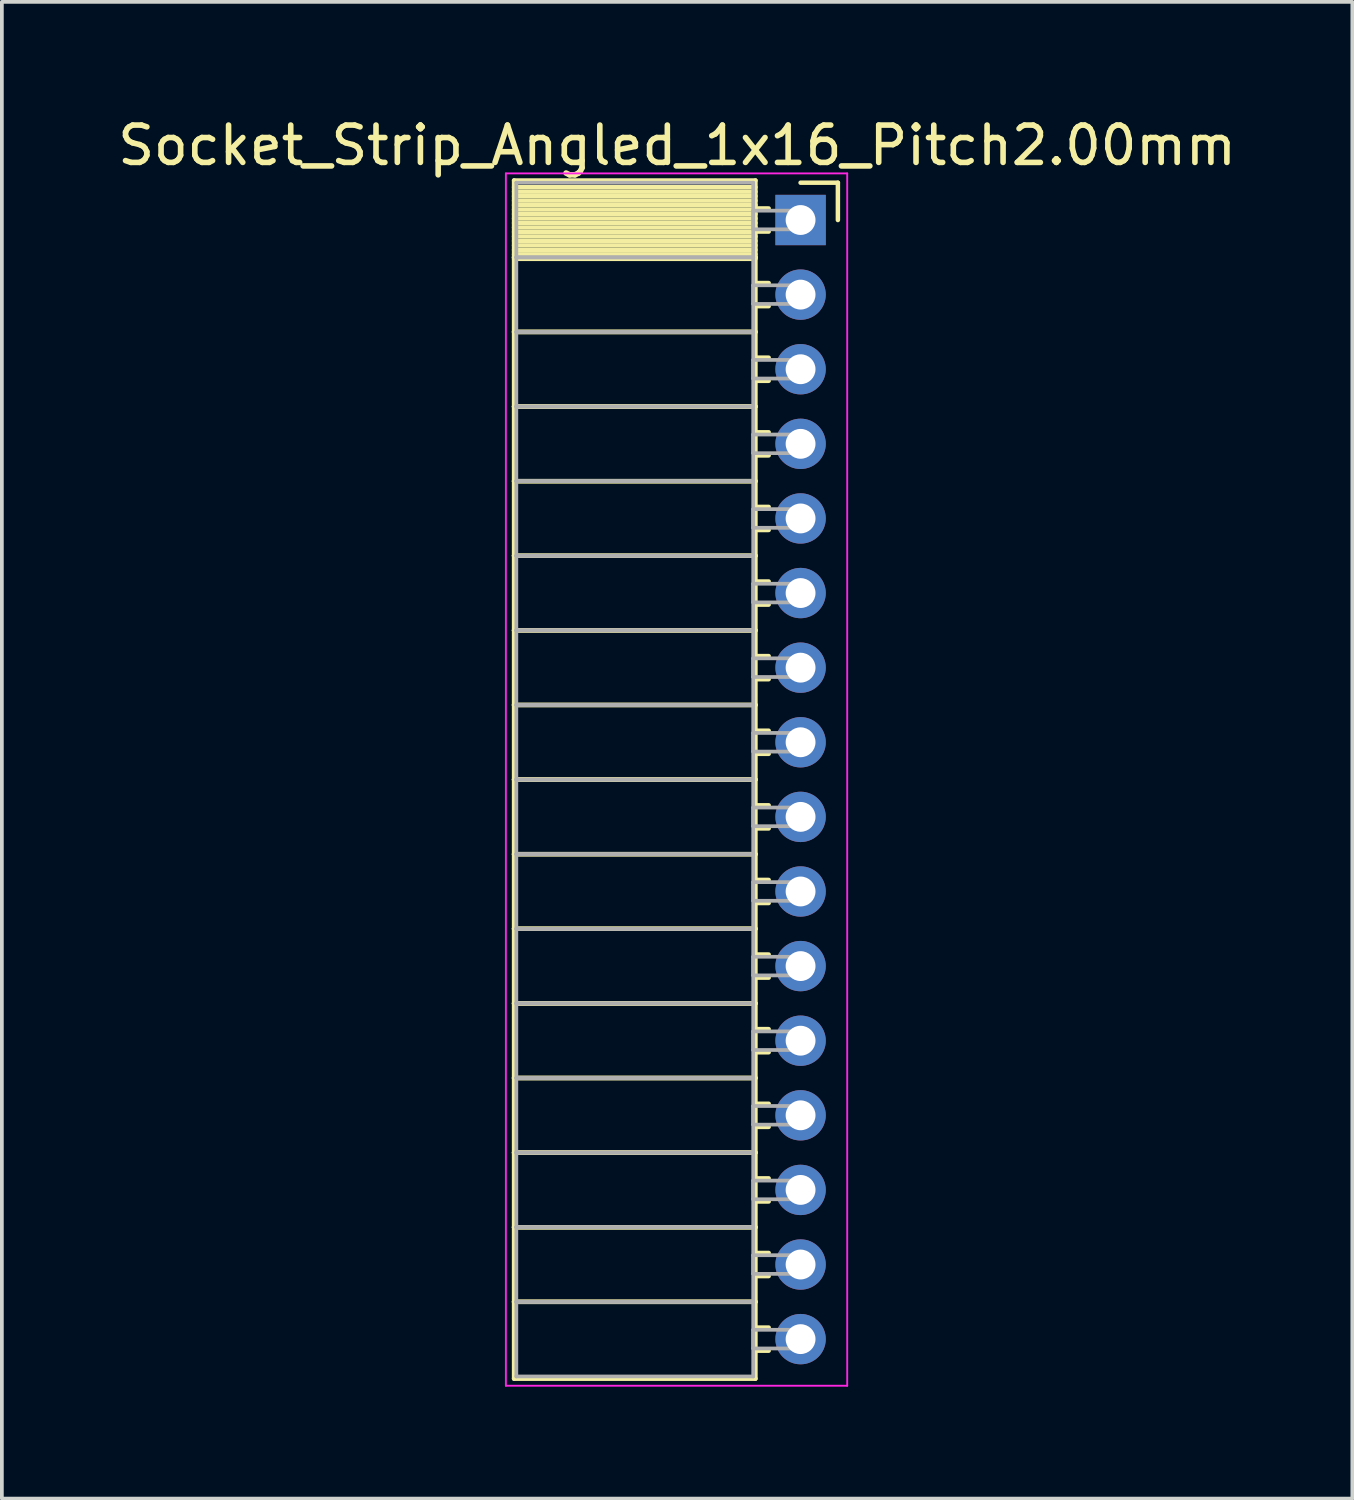
<source format=kicad_pcb>
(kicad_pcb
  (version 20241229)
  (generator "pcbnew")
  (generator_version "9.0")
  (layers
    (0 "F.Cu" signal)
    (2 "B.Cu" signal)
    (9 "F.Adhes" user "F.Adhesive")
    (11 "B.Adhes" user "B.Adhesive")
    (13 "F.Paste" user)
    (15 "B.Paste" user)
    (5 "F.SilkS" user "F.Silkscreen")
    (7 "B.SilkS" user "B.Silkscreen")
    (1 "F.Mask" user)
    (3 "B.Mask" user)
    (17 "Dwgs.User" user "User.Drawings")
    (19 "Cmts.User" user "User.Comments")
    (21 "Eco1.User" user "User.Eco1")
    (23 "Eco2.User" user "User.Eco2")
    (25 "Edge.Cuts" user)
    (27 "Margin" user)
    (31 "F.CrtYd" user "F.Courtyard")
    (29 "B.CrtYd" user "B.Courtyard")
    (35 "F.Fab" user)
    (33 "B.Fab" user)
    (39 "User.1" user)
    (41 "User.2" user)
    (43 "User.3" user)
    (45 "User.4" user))
  (footprint "Socket_Strip_Angled_1x16_Pitch2.00mm"
    (layer "F.Cu")
    (at 18.411 2.848)
    (property "Reference" "Socket_Strip_Angled_1x16_Pitch2.00mm" (at -3.31 -2 0) (layer "F.SilkS") (effects (font (size 1 1) (thickness 0.15))))
    (attr through_hole)
    (fp_line (start -7.68 -1.06) (end -1.21 -1.06) (stroke (width 0.12) (type solid)) (layer "F.SilkS"))
    (fp_line (start -7.68 1) (end -7.68 -1.06) (stroke (width 0.12) (type solid)) (layer "F.SilkS"))
    (fp_line (start -7.68 1) (end -1.21 1) (stroke (width 0.12) (type solid)) (layer "F.SilkS"))
    (fp_line (start -7.68 3) (end -7.68 1) (stroke (width 0.12) (type solid)) (layer "F.SilkS"))
    (fp_line (start -7.68 3) (end -1.21 3) (stroke (width 0.12) (type solid)) (layer "F.SilkS"))
    (fp_line (start -7.68 5) (end -7.68 3) (stroke (width 0.12) (type solid)) (layer "F.SilkS"))
    (fp_line (start -7.68 5) (end -1.21 5) (stroke (width 0.12) (type solid)) (layer "F.SilkS"))
    (fp_line (start -7.68 7) (end -7.68 5) (stroke (width 0.12) (type solid)) (layer "F.SilkS"))
    (fp_line (start -7.68 7) (end -1.21 7) (stroke (width 0.12) (type solid)) (layer "F.SilkS"))
    (fp_line (start -7.68 9) (end -7.68 7) (stroke (width 0.12) (type solid)) (layer "F.SilkS"))
    (fp_line (start -7.68 9) (end -1.21 9) (stroke (width 0.12) (type solid)) (layer "F.SilkS"))
    (fp_line (start -7.68 11) (end -7.68 9) (stroke (width 0.12) (type solid)) (layer "F.SilkS"))
    (fp_line (start -7.68 11) (end -1.21 11) (stroke (width 0.12) (type solid)) (layer "F.SilkS"))
    (fp_line (start -7.68 13) (end -7.68 11) (stroke (width 0.12) (type solid)) (layer "F.SilkS"))
    (fp_line (start -7.68 13) (end -1.21 13) (stroke (width 0.12) (type solid)) (layer "F.SilkS"))
    (fp_line (start -7.68 15) (end -7.68 13) (stroke (width 0.12) (type solid)) (layer "F.SilkS"))
    (fp_line (start -7.68 15) (end -1.21 15) (stroke (width 0.12) (type solid)) (layer "F.SilkS"))
    (fp_line (start -7.68 17) (end -7.68 15) (stroke (width 0.12) (type solid)) (layer "F.SilkS"))
    (fp_line (start -7.68 17) (end -1.21 17) (stroke (width 0.12) (type solid)) (layer "F.SilkS"))
    (fp_line (start -7.68 19) (end -7.68 17) (stroke (width 0.12) (type solid)) (layer "F.SilkS"))
    (fp_line (start -7.68 19) (end -1.21 19) (stroke (width 0.12) (type solid)) (layer "F.SilkS"))
    (fp_line (start -7.68 21) (end -7.68 19) (stroke (width 0.12) (type solid)) (layer "F.SilkS"))
    (fp_line (start -7.68 21) (end -1.21 21) (stroke (width 0.12) (type solid)) (layer "F.SilkS"))
    (fp_line (start -7.68 23) (end -7.68 21) (stroke (width 0.12) (type solid)) (layer "F.SilkS"))
    (fp_line (start -7.68 23) (end -1.21 23) (stroke (width 0.12) (type solid)) (layer "F.SilkS"))
    (fp_line (start -7.68 25) (end -7.68 23) (stroke (width 0.12) (type solid)) (layer "F.SilkS"))
    (fp_line (start -7.68 25) (end -1.21 25) (stroke (width 0.12) (type solid)) (layer "F.SilkS"))
    (fp_line (start -7.68 27) (end -7.68 25) (stroke (width 0.12) (type solid)) (layer "F.SilkS"))
    (fp_line (start -7.68 27) (end -1.21 27) (stroke (width 0.12) (type solid)) (layer "F.SilkS"))
    (fp_line (start -7.68 29) (end -7.68 27) (stroke (width 0.12) (type solid)) (layer "F.SilkS"))
    (fp_line (start -7.68 29) (end -1.21 29) (stroke (width 0.12) (type solid)) (layer "F.SilkS"))
    (fp_line (start -7.68 31.06) (end -7.68 29) (stroke (width 0.12) (type solid)) (layer "F.SilkS"))
    (fp_line (start -1.21 -1.06) (end -1.21 1) (stroke (width 0.12) (type solid)) (layer "F.SilkS"))
    (fp_line (start -1.21 -0.88) (end -7.68 -0.88) (stroke (width 0.12) (type solid)) (layer "F.SilkS"))
    (fp_line (start -1.21 -0.76) (end -7.68 -0.76) (stroke (width 0.12) (type solid)) (layer "F.SilkS"))
    (fp_line (start -1.21 -0.64) (end -7.68 -0.64) (stroke (width 0.12) (type solid)) (layer "F.SilkS"))
    (fp_line (start -1.21 -0.52) (end -7.68 -0.52) (stroke (width 0.12) (type solid)) (layer "F.SilkS"))
    (fp_line (start -1.21 -0.4) (end -7.68 -0.4) (stroke (width 0.12) (type solid)) (layer "F.SilkS"))
    (fp_line (start -1.21 -0.28) (end -7.68 -0.28) (stroke (width 0.12) (type solid)) (layer "F.SilkS"))
    (fp_line (start -1.21 -0.16) (end -7.68 -0.16) (stroke (width 0.12) (type solid)) (layer "F.SilkS"))
    (fp_line (start -1.21 -0.04) (end -7.68 -0.04) (stroke (width 0.12) (type solid)) (layer "F.SilkS"))
    (fp_line (start -1.21 0.08) (end -7.68 0.08) (stroke (width 0.12) (type solid)) (layer "F.SilkS"))
    (fp_line (start -1.21 0.2) (end -7.68 0.2) (stroke (width 0.12) (type solid)) (layer "F.SilkS"))
    (fp_line (start -1.21 0.32) (end -7.68 0.32) (stroke (width 0.12) (type solid)) (layer "F.SilkS"))
    (fp_line (start -1.21 0.44) (end -7.68 0.44) (stroke (width 0.12) (type solid)) (layer "F.SilkS"))
    (fp_line (start -1.21 0.56) (end -7.68 0.56) (stroke (width 0.12) (type solid)) (layer "F.SilkS"))
    (fp_line (start -1.21 0.68) (end -7.68 0.68) (stroke (width 0.12) (type solid)) (layer "F.SilkS"))
    (fp_line (start -1.21 0.8) (end -7.68 0.8) (stroke (width 0.12) (type solid)) (layer "F.SilkS"))
    (fp_line (start -1.21 0.92) (end -7.68 0.92) (stroke (width 0.12) (type solid)) (layer "F.SilkS"))
    (fp_line (start -1.21 1) (end -7.68 1) (stroke (width 0.12) (type solid)) (layer "F.SilkS"))
    (fp_line (start -1.21 1) (end -1.21 3) (stroke (width 0.12) (type solid)) (layer "F.SilkS"))
    (fp_line (start -1.21 1.04) (end -7.68 1.04) (stroke (width 0.12) (type solid)) (layer "F.SilkS"))
    (fp_line (start -1.21 3) (end -7.68 3) (stroke (width 0.12) (type solid)) (layer "F.SilkS"))
    (fp_line (start -1.21 3) (end -1.21 5) (stroke (width 0.12) (type solid)) (layer "F.SilkS"))
    (fp_line (start -1.21 5) (end -7.68 5) (stroke (width 0.12) (type solid)) (layer "F.SilkS"))
    (fp_line (start -1.21 5) (end -1.21 7) (stroke (width 0.12) (type solid)) (layer "F.SilkS"))
    (fp_line (start -1.21 7) (end -7.68 7) (stroke (width 0.12) (type solid)) (layer "F.SilkS"))
    (fp_line (start -1.21 7) (end -1.21 9) (stroke (width 0.12) (type solid)) (layer "F.SilkS"))
    (fp_line (start -1.21 9) (end -7.68 9) (stroke (width 0.12) (type solid)) (layer "F.SilkS"))
    (fp_line (start -1.21 9) (end -1.21 11) (stroke (width 0.12) (type solid)) (layer "F.SilkS"))
    (fp_line (start -1.21 11) (end -7.68 11) (stroke (width 0.12) (type solid)) (layer "F.SilkS"))
    (fp_line (start -1.21 11) (end -1.21 13) (stroke (width 0.12) (type solid)) (layer "F.SilkS"))
    (fp_line (start -1.21 13) (end -7.68 13) (stroke (width 0.12) (type solid)) (layer "F.SilkS"))
    (fp_line (start -1.21 13) (end -1.21 15) (stroke (width 0.12) (type solid)) (layer "F.SilkS"))
    (fp_line (start -1.21 15) (end -7.68 15) (stroke (width 0.12) (type solid)) (layer "F.SilkS"))
    (fp_line (start -1.21 15) (end -1.21 17) (stroke (width 0.12) (type solid)) (layer "F.SilkS"))
    (fp_line (start -1.21 17) (end -7.68 17) (stroke (width 0.12) (type solid)) (layer "F.SilkS"))
    (fp_line (start -1.21 17) (end -1.21 19) (stroke (width 0.12) (type solid)) (layer "F.SilkS"))
    (fp_line (start -1.21 19) (end -7.68 19) (stroke (width 0.12) (type solid)) (layer "F.SilkS"))
    (fp_line (start -1.21 19) (end -1.21 21) (stroke (width 0.12) (type solid)) (layer "F.SilkS"))
    (fp_line (start -1.21 21) (end -7.68 21) (stroke (width 0.12) (type solid)) (layer "F.SilkS"))
    (fp_line (start -1.21 21) (end -1.21 23) (stroke (width 0.12) (type solid)) (layer "F.SilkS"))
    (fp_line (start -1.21 23) (end -7.68 23) (stroke (width 0.12) (type solid)) (layer "F.SilkS"))
    (fp_line (start -1.21 23) (end -1.21 25) (stroke (width 0.12) (type solid)) (layer "F.SilkS"))
    (fp_line (start -1.21 25) (end -7.68 25) (stroke (width 0.12) (type solid)) (layer "F.SilkS"))
    (fp_line (start -1.21 25) (end -1.21 27) (stroke (width 0.12) (type solid)) (layer "F.SilkS"))
    (fp_line (start -1.21 27) (end -7.68 27) (stroke (width 0.12) (type solid)) (layer "F.SilkS"))
    (fp_line (start -1.21 27) (end -1.21 29) (stroke (width 0.12) (type solid)) (layer "F.SilkS"))
    (fp_line (start -1.21 29) (end -7.68 29) (stroke (width 0.12) (type solid)) (layer "F.SilkS"))
    (fp_line (start -1.21 29) (end -1.21 31.06) (stroke (width 0.12) (type solid)) (layer "F.SilkS"))
    (fp_line (start -1.21 31.06) (end -7.68 31.06) (stroke (width 0.12) (type solid)) (layer "F.SilkS"))
    (fp_line (start -0.855 -0.31) (end -1.21 -0.31) (stroke (width 0.12) (type solid)) (layer "F.SilkS"))
    (fp_line (start -0.855 0.31) (end -1.21 0.31) (stroke (width 0.12) (type solid)) (layer "F.SilkS"))
    (fp_line (start -0.855 1.69) (end -1.21 1.69) (stroke (width 0.12) (type solid)) (layer "F.SilkS"))
    (fp_line (start -0.855 2.31) (end -1.21 2.31) (stroke (width 0.12) (type solid)) (layer "F.SilkS"))
    (fp_line (start -0.855 3.69) (end -1.21 3.69) (stroke (width 0.12) (type solid)) (layer "F.SilkS"))
    (fp_line (start -0.855 4.31) (end -1.21 4.31) (stroke (width 0.12) (type solid)) (layer "F.SilkS"))
    (fp_line (start -0.855 5.69) (end -1.21 5.69) (stroke (width 0.12) (type solid)) (layer "F.SilkS"))
    (fp_line (start -0.855 6.31) (end -1.21 6.31) (stroke (width 0.12) (type solid)) (layer "F.SilkS"))
    (fp_line (start -0.855 7.69) (end -1.21 7.69) (stroke (width 0.12) (type solid)) (layer "F.SilkS"))
    (fp_line (start -0.855 8.31) (end -1.21 8.31) (stroke (width 0.12) (type solid)) (layer "F.SilkS"))
    (fp_line (start -0.855 9.69) (end -1.21 9.69) (stroke (width 0.12) (type solid)) (layer "F.SilkS"))
    (fp_line (start -0.855 10.31) (end -1.21 10.31) (stroke (width 0.12) (type solid)) (layer "F.SilkS"))
    (fp_line (start -0.855 11.69) (end -1.21 11.69) (stroke (width 0.12) (type solid)) (layer "F.SilkS"))
    (fp_line (start -0.855 12.31) (end -1.21 12.31) (stroke (width 0.12) (type solid)) (layer "F.SilkS"))
    (fp_line (start -0.855 13.69) (end -1.21 13.69) (stroke (width 0.12) (type solid)) (layer "F.SilkS"))
    (fp_line (start -0.855 14.31) (end -1.21 14.31) (stroke (width 0.12) (type solid)) (layer "F.SilkS"))
    (fp_line (start -0.855 15.69) (end -1.21 15.69) (stroke (width 0.12) (type solid)) (layer "F.SilkS"))
    (fp_line (start -0.855 16.31) (end -1.21 16.31) (stroke (width 0.12) (type solid)) (layer "F.SilkS"))
    (fp_line (start -0.855 17.69) (end -1.21 17.69) (stroke (width 0.12) (type solid)) (layer "F.SilkS"))
    (fp_line (start -0.855 18.31) (end -1.21 18.31) (stroke (width 0.12) (type solid)) (layer "F.SilkS"))
    (fp_line (start -0.855 19.69) (end -1.21 19.69) (stroke (width 0.12) (type solid)) (layer "F.SilkS"))
    (fp_line (start -0.855 20.31) (end -1.21 20.31) (stroke (width 0.12) (type solid)) (layer "F.SilkS"))
    (fp_line (start -0.855 21.69) (end -1.21 21.69) (stroke (width 0.12) (type solid)) (layer "F.SilkS"))
    (fp_line (start -0.855 22.31) (end -1.21 22.31) (stroke (width 0.12) (type solid)) (layer "F.SilkS"))
    (fp_line (start -0.855 23.69) (end -1.21 23.69) (stroke (width 0.12) (type solid)) (layer "F.SilkS"))
    (fp_line (start -0.855 24.31) (end -1.21 24.31) (stroke (width 0.12) (type solid)) (layer "F.SilkS"))
    (fp_line (start -0.855 25.69) (end -1.21 25.69) (stroke (width 0.12) (type solid)) (layer "F.SilkS"))
    (fp_line (start -0.855 26.31) (end -1.21 26.31) (stroke (width 0.12) (type solid)) (layer "F.SilkS"))
    (fp_line (start -0.855 27.69) (end -1.21 27.69) (stroke (width 0.12) (type solid)) (layer "F.SilkS"))
    (fp_line (start -0.855 28.31) (end -1.21 28.31) (stroke (width 0.12) (type solid)) (layer "F.SilkS"))
    (fp_line (start -0.855 29.69) (end -1.21 29.69) (stroke (width 0.12) (type solid)) (layer "F.SilkS"))
    (fp_line (start -0.855 30.31) (end -1.21 30.31) (stroke (width 0.12) (type solid)) (layer "F.SilkS"))
    (fp_line (start 0 -1) (end 1 -1) (stroke (width 0.12) (type solid)) (layer "F.SilkS"))
    (fp_line (start 1 -1) (end 1 0) (stroke (width 0.12) (type solid)) (layer "F.SilkS"))
    (fp_line (start -7.9 -1.25) (end 1.25 -1.25) (stroke (width 0.05) (type solid)) (layer "F.CrtYd"))
    (fp_line (start -7.9 31.25) (end -7.9 -1.25) (stroke (width 0.05) (type solid)) (layer "F.CrtYd"))
    (fp_line (start 1.25 -1.25) (end 1.25 31.25) (stroke (width 0.05) (type solid)) (layer "F.CrtYd"))
    (fp_line (start 1.25 31.25) (end -7.9 31.25) (stroke (width 0.05) (type solid)) (layer "F.CrtYd"))
    (fp_line (start -7.62 -1) (end -1.27 -1) (stroke (width 0.1) (type solid)) (layer "F.Fab"))
    (fp_line (start -7.62 1) (end -7.62 -1) (stroke (width 0.1) (type solid)) (layer "F.Fab"))
    (fp_line (start -7.62 1) (end -1.27 1) (stroke (width 0.1) (type solid)) (layer "F.Fab"))
    (fp_line (start -7.62 3) (end -7.62 1) (stroke (width 0.1) (type solid)) (layer "F.Fab"))
    (fp_line (start -7.62 3) (end -1.27 3) (stroke (width 0.1) (type solid)) (layer "F.Fab"))
    (fp_line (start -7.62 5) (end -7.62 3) (stroke (width 0.1) (type solid)) (layer "F.Fab"))
    (fp_line (start -7.62 5) (end -1.27 5) (stroke (width 0.1) (type solid)) (layer "F.Fab"))
    (fp_line (start -7.62 7) (end -7.62 5) (stroke (width 0.1) (type solid)) (layer "F.Fab"))
    (fp_line (start -7.62 7) (end -1.27 7) (stroke (width 0.1) (type solid)) (layer "F.Fab"))
    (fp_line (start -7.62 9) (end -7.62 7) (stroke (width 0.1) (type solid)) (layer "F.Fab"))
    (fp_line (start -7.62 9) (end -1.27 9) (stroke (width 0.1) (type solid)) (layer "F.Fab"))
    (fp_line (start -7.62 11) (end -7.62 9) (stroke (width 0.1) (type solid)) (layer "F.Fab"))
    (fp_line (start -7.62 11) (end -1.27 11) (stroke (width 0.1) (type solid)) (layer "F.Fab"))
    (fp_line (start -7.62 13) (end -7.62 11) (stroke (width 0.1) (type solid)) (layer "F.Fab"))
    (fp_line (start -7.62 13) (end -1.27 13) (stroke (width 0.1) (type solid)) (layer "F.Fab"))
    (fp_line (start -7.62 15) (end -7.62 13) (stroke (width 0.1) (type solid)) (layer "F.Fab"))
    (fp_line (start -7.62 15) (end -1.27 15) (stroke (width 0.1) (type solid)) (layer "F.Fab"))
    (fp_line (start -7.62 17) (end -7.62 15) (stroke (width 0.1) (type solid)) (layer "F.Fab"))
    (fp_line (start -7.62 17) (end -1.27 17) (stroke (width 0.1) (type solid)) (layer "F.Fab"))
    (fp_line (start -7.62 19) (end -7.62 17) (stroke (width 0.1) (type solid)) (layer "F.Fab"))
    (fp_line (start -7.62 19) (end -1.27 19) (stroke (width 0.1) (type solid)) (layer "F.Fab"))
    (fp_line (start -7.62 21) (end -7.62 19) (stroke (width 0.1) (type solid)) (layer "F.Fab"))
    (fp_line (start -7.62 21) (end -1.27 21) (stroke (width 0.1) (type solid)) (layer "F.Fab"))
    (fp_line (start -7.62 23) (end -7.62 21) (stroke (width 0.1) (type solid)) (layer "F.Fab"))
    (fp_line (start -7.62 23) (end -1.27 23) (stroke (width 0.1) (type solid)) (layer "F.Fab"))
    (fp_line (start -7.62 25) (end -7.62 23) (stroke (width 0.1) (type solid)) (layer "F.Fab"))
    (fp_line (start -7.62 25) (end -1.27 25) (stroke (width 0.1) (type solid)) (layer "F.Fab"))
    (fp_line (start -7.62 27) (end -7.62 25) (stroke (width 0.1) (type solid)) (layer "F.Fab"))
    (fp_line (start -7.62 27) (end -1.27 27) (stroke (width 0.1) (type solid)) (layer "F.Fab"))
    (fp_line (start -7.62 29) (end -7.62 27) (stroke (width 0.1) (type solid)) (layer "F.Fab"))
    (fp_line (start -7.62 29) (end -1.27 29) (stroke (width 0.1) (type solid)) (layer "F.Fab"))
    (fp_line (start -7.62 31) (end -7.62 29) (stroke (width 0.1) (type solid)) (layer "F.Fab"))
    (fp_line (start -1.27 -1) (end -1.27 1) (stroke (width 0.1) (type solid)) (layer "F.Fab"))
    (fp_line (start -1.27 -0.25) (end 0 -0.25) (stroke (width 0.1) (type solid)) (layer "F.Fab"))
    (fp_line (start -1.27 0.25) (end -1.27 -0.25) (stroke (width 0.1) (type solid)) (layer "F.Fab"))
    (fp_line (start -1.27 1) (end -7.62 1) (stroke (width 0.1) (type solid)) (layer "F.Fab"))
    (fp_line (start -1.27 1) (end -1.27 3) (stroke (width 0.1) (type solid)) (layer "F.Fab"))
    (fp_line (start -1.27 1.75) (end 0 1.75) (stroke (width 0.1) (type solid)) (layer "F.Fab"))
    (fp_line (start -1.27 2.25) (end -1.27 1.75) (stroke (width 0.1) (type solid)) (layer "F.Fab"))
    (fp_line (start -1.27 3) (end -7.62 3) (stroke (width 0.1) (type solid)) (layer "F.Fab"))
    (fp_line (start -1.27 3) (end -1.27 5) (stroke (width 0.1) (type solid)) (layer "F.Fab"))
    (fp_line (start -1.27 3.75) (end 0 3.75) (stroke (width 0.1) (type solid)) (layer "F.Fab"))
    (fp_line (start -1.27 4.25) (end -1.27 3.75) (stroke (width 0.1) (type solid)) (layer "F.Fab"))
    (fp_line (start -1.27 5) (end -7.62 5) (stroke (width 0.1) (type solid)) (layer "F.Fab"))
    (fp_line (start -1.27 5) (end -1.27 7) (stroke (width 0.1) (type solid)) (layer "F.Fab"))
    (fp_line (start -1.27 5.75) (end 0 5.75) (stroke (width 0.1) (type solid)) (layer "F.Fab"))
    (fp_line (start -1.27 6.25) (end -1.27 5.75) (stroke (width 0.1) (type solid)) (layer "F.Fab"))
    (fp_line (start -1.27 7) (end -7.62 7) (stroke (width 0.1) (type solid)) (layer "F.Fab"))
    (fp_line (start -1.27 7) (end -1.27 9) (stroke (width 0.1) (type solid)) (layer "F.Fab"))
    (fp_line (start -1.27 7.75) (end 0 7.75) (stroke (width 0.1) (type solid)) (layer "F.Fab"))
    (fp_line (start -1.27 8.25) (end -1.27 7.75) (stroke (width 0.1) (type solid)) (layer "F.Fab"))
    (fp_line (start -1.27 9) (end -7.62 9) (stroke (width 0.1) (type solid)) (layer "F.Fab"))
    (fp_line (start -1.27 9) (end -1.27 11) (stroke (width 0.1) (type solid)) (layer "F.Fab"))
    (fp_line (start -1.27 9.75) (end 0 9.75) (stroke (width 0.1) (type solid)) (layer "F.Fab"))
    (fp_line (start -1.27 10.25) (end -1.27 9.75) (stroke (width 0.1) (type solid)) (layer "F.Fab"))
    (fp_line (start -1.27 11) (end -7.62 11) (stroke (width 0.1) (type solid)) (layer "F.Fab"))
    (fp_line (start -1.27 11) (end -1.27 13) (stroke (width 0.1) (type solid)) (layer "F.Fab"))
    (fp_line (start -1.27 11.75) (end 0 11.75) (stroke (width 0.1) (type solid)) (layer "F.Fab"))
    (fp_line (start -1.27 12.25) (end -1.27 11.75) (stroke (width 0.1) (type solid)) (layer "F.Fab"))
    (fp_line (start -1.27 13) (end -7.62 13) (stroke (width 0.1) (type solid)) (layer "F.Fab"))
    (fp_line (start -1.27 13) (end -1.27 15) (stroke (width 0.1) (type solid)) (layer "F.Fab"))
    (fp_line (start -1.27 13.75) (end 0 13.75) (stroke (width 0.1) (type solid)) (layer "F.Fab"))
    (fp_line (start -1.27 14.25) (end -1.27 13.75) (stroke (width 0.1) (type solid)) (layer "F.Fab"))
    (fp_line (start -1.27 15) (end -7.62 15) (stroke (width 0.1) (type solid)) (layer "F.Fab"))
    (fp_line (start -1.27 15) (end -1.27 17) (stroke (width 0.1) (type solid)) (layer "F.Fab"))
    (fp_line (start -1.27 15.75) (end 0 15.75) (stroke (width 0.1) (type solid)) (layer "F.Fab"))
    (fp_line (start -1.27 16.25) (end -1.27 15.75) (stroke (width 0.1) (type solid)) (layer "F.Fab"))
    (fp_line (start -1.27 17) (end -7.62 17) (stroke (width 0.1) (type solid)) (layer "F.Fab"))
    (fp_line (start -1.27 17) (end -1.27 19) (stroke (width 0.1) (type solid)) (layer "F.Fab"))
    (fp_line (start -1.27 17.75) (end 0 17.75) (stroke (width 0.1) (type solid)) (layer "F.Fab"))
    (fp_line (start -1.27 18.25) (end -1.27 17.75) (stroke (width 0.1) (type solid)) (layer "F.Fab"))
    (fp_line (start -1.27 19) (end -7.62 19) (stroke (width 0.1) (type solid)) (layer "F.Fab"))
    (fp_line (start -1.27 19) (end -1.27 21) (stroke (width 0.1) (type solid)) (layer "F.Fab"))
    (fp_line (start -1.27 19.75) (end 0 19.75) (stroke (width 0.1) (type solid)) (layer "F.Fab"))
    (fp_line (start -1.27 20.25) (end -1.27 19.75) (stroke (width 0.1) (type solid)) (layer "F.Fab"))
    (fp_line (start -1.27 21) (end -7.62 21) (stroke (width 0.1) (type solid)) (layer "F.Fab"))
    (fp_line (start -1.27 21) (end -1.27 23) (stroke (width 0.1) (type solid)) (layer "F.Fab"))
    (fp_line (start -1.27 21.75) (end 0 21.75) (stroke (width 0.1) (type solid)) (layer "F.Fab"))
    (fp_line (start -1.27 22.25) (end -1.27 21.75) (stroke (width 0.1) (type solid)) (layer "F.Fab"))
    (fp_line (start -1.27 23) (end -7.62 23) (stroke (width 0.1) (type solid)) (layer "F.Fab"))
    (fp_line (start -1.27 23) (end -1.27 25) (stroke (width 0.1) (type solid)) (layer "F.Fab"))
    (fp_line (start -1.27 23.75) (end 0 23.75) (stroke (width 0.1) (type solid)) (layer "F.Fab"))
    (fp_line (start -1.27 24.25) (end -1.27 23.75) (stroke (width 0.1) (type solid)) (layer "F.Fab"))
    (fp_line (start -1.27 25) (end -7.62 25) (stroke (width 0.1) (type solid)) (layer "F.Fab"))
    (fp_line (start -1.27 25) (end -1.27 27) (stroke (width 0.1) (type solid)) (layer "F.Fab"))
    (fp_line (start -1.27 25.75) (end 0 25.75) (stroke (width 0.1) (type solid)) (layer "F.Fab"))
    (fp_line (start -1.27 26.25) (end -1.27 25.75) (stroke (width 0.1) (type solid)) (layer "F.Fab"))
    (fp_line (start -1.27 27) (end -7.62 27) (stroke (width 0.1) (type solid)) (layer "F.Fab"))
    (fp_line (start -1.27 27) (end -1.27 29) (stroke (width 0.1) (type solid)) (layer "F.Fab"))
    (fp_line (start -1.27 27.75) (end 0 27.75) (stroke (width 0.1) (type solid)) (layer "F.Fab"))
    (fp_line (start -1.27 28.25) (end -1.27 27.75) (stroke (width 0.1) (type solid)) (layer "F.Fab"))
    (fp_line (start -1.27 29) (end -7.62 29) (stroke (width 0.1) (type solid)) (layer "F.Fab"))
    (fp_line (start -1.27 29) (end -1.27 31) (stroke (width 0.1) (type solid)) (layer "F.Fab"))
    (fp_line (start -1.27 29.75) (end 0 29.75) (stroke (width 0.1) (type solid)) (layer "F.Fab"))
    (fp_line (start -1.27 30.25) (end -1.27 29.75) (stroke (width 0.1) (type solid)) (layer "F.Fab"))
    (fp_line (start -1.27 31) (end -7.62 31) (stroke (width 0.1) (type solid)) (layer "F.Fab"))
    (fp_line (start 0 -0.25) (end 0 0.25) (stroke (width 0.1) (type solid)) (layer "F.Fab"))
    (fp_line (start 0 0.25) (end -1.27 0.25) (stroke (width 0.1) (type solid)) (layer "F.Fab"))
    (fp_line (start 0 1.75) (end 0 2.25) (stroke (width 0.1) (type solid)) (layer "F.Fab"))
    (fp_line (start 0 2.25) (end -1.27 2.25) (stroke (width 0.1) (type solid)) (layer "F.Fab"))
    (fp_line (start 0 3.75) (end 0 4.25) (stroke (width 0.1) (type solid)) (layer "F.Fab"))
    (fp_line (start 0 4.25) (end -1.27 4.25) (stroke (width 0.1) (type solid)) (layer "F.Fab"))
    (fp_line (start 0 5.75) (end 0 6.25) (stroke (width 0.1) (type solid)) (layer "F.Fab"))
    (fp_line (start 0 6.25) (end -1.27 6.25) (stroke (width 0.1) (type solid)) (layer "F.Fab"))
    (fp_line (start 0 7.75) (end 0 8.25) (stroke (width 0.1) (type solid)) (layer "F.Fab"))
    (fp_line (start 0 8.25) (end -1.27 8.25) (stroke (width 0.1) (type solid)) (layer "F.Fab"))
    (fp_line (start 0 9.75) (end 0 10.25) (stroke (width 0.1) (type solid)) (layer "F.Fab"))
    (fp_line (start 0 10.25) (end -1.27 10.25) (stroke (width 0.1) (type solid)) (layer "F.Fab"))
    (fp_line (start 0 11.75) (end 0 12.25) (stroke (width 0.1) (type solid)) (layer "F.Fab"))
    (fp_line (start 0 12.25) (end -1.27 12.25) (stroke (width 0.1) (type solid)) (layer "F.Fab"))
    (fp_line (start 0 13.75) (end 0 14.25) (stroke (width 0.1) (type solid)) (layer "F.Fab"))
    (fp_line (start 0 14.25) (end -1.27 14.25) (stroke (width 0.1) (type solid)) (layer "F.Fab"))
    (fp_line (start 0 15.75) (end 0 16.25) (stroke (width 0.1) (type solid)) (layer "F.Fab"))
    (fp_line (start 0 16.25) (end -1.27 16.25) (stroke (width 0.1) (type solid)) (layer "F.Fab"))
    (fp_line (start 0 17.75) (end 0 18.25) (stroke (width 0.1) (type solid)) (layer "F.Fab"))
    (fp_line (start 0 18.25) (end -1.27 18.25) (stroke (width 0.1) (type solid)) (layer "F.Fab"))
    (fp_line (start 0 19.75) (end 0 20.25) (stroke (width 0.1) (type solid)) (layer "F.Fab"))
    (fp_line (start 0 20.25) (end -1.27 20.25) (stroke (width 0.1) (type solid)) (layer "F.Fab"))
    (fp_line (start 0 21.75) (end 0 22.25) (stroke (width 0.1) (type solid)) (layer "F.Fab"))
    (fp_line (start 0 22.25) (end -1.27 22.25) (stroke (width 0.1) (type solid)) (layer "F.Fab"))
    (fp_line (start 0 23.75) (end 0 24.25) (stroke (width 0.1) (type solid)) (layer "F.Fab"))
    (fp_line (start 0 24.25) (end -1.27 24.25) (stroke (width 0.1) (type solid)) (layer "F.Fab"))
    (fp_line (start 0 25.75) (end 0 26.25) (stroke (width 0.1) (type solid)) (layer "F.Fab"))
    (fp_line (start 0 26.25) (end -1.27 26.25) (stroke (width 0.1) (type solid)) (layer "F.Fab"))
    (fp_line (start 0 27.75) (end 0 28.25) (stroke (width 0.1) (type solid)) (layer "F.Fab"))
    (fp_line (start 0 28.25) (end -1.27 28.25) (stroke (width 0.1) (type solid)) (layer "F.Fab"))
    (fp_line (start 0 29.75) (end 0 30.25) (stroke (width 0.1) (type solid)) (layer "F.Fab"))
    (fp_line (start 0 30.25) (end -1.27 30.25) (stroke (width 0.1) (type solid)) (layer "F.Fab"))
    (pad "1" thru_hole rect (at 0 0) (size 1.35 1.35) (drill 0.8) (layers "*.Cu" "*.Mask"))
    (pad "2" thru_hole oval (at 0 2) (size 1.35 1.35) (drill 0.8) (layers "*.Cu" "*.Mask"))
    (pad "3" thru_hole oval (at 0 4) (size 1.35 1.35) (drill 0.8) (layers "*.Cu" "*.Mask"))
    (pad "4" thru_hole oval (at 0 6) (size 1.35 1.35) (drill 0.8) (layers "*.Cu" "*.Mask"))
    (pad "5" thru_hole oval (at 0 8) (size 1.35 1.35) (drill 0.8) (layers "*.Cu" "*.Mask"))
    (pad "6" thru_hole oval (at 0 10) (size 1.35 1.35) (drill 0.8) (layers "*.Cu" "*.Mask"))
    (pad "7" thru_hole oval (at 0 12) (size 1.35 1.35) (drill 0.8) (layers "*.Cu" "*.Mask"))
    (pad "8" thru_hole oval (at 0 14) (size 1.35 1.35) (drill 0.8) (layers "*.Cu" "*.Mask"))
    (pad "9" thru_hole oval (at 0 16) (size 1.35 1.35) (drill 0.8) (layers "*.Cu" "*.Mask"))
    (pad "10" thru_hole oval (at 0 18) (size 1.35 1.35) (drill 0.8) (layers "*.Cu" "*.Mask"))
    (pad "11" thru_hole oval (at 0 20) (size 1.35 1.35) (drill 0.8) (layers "*.Cu" "*.Mask"))
    (pad "12" thru_hole oval (at 0 22) (size 1.35 1.35) (drill 0.8) (layers "*.Cu" "*.Mask"))
    (pad "13" thru_hole oval (at 0 24) (size 1.35 1.35) (drill 0.8) (layers "*.Cu" "*.Mask"))
    (pad "14" thru_hole oval (at 0 26) (size 1.35 1.35) (drill 0.8) (layers "*.Cu" "*.Mask"))
    (pad "15" thru_hole oval (at 0 28) (size 1.35 1.35) (drill 0.8) (layers "*.Cu" "*.Mask"))
    (pad "16" thru_hole oval (at 0 30) (size 1.35 1.35) (drill 0.8) (layers "*.Cu" "*.Mask")))
  (gr_rect
    (start -3 -3)
    (end 33.202 37.123)
    (stroke (width 0.1) (type default))
    (fill no)
    (layer "Edge.Cuts")))
</source>
